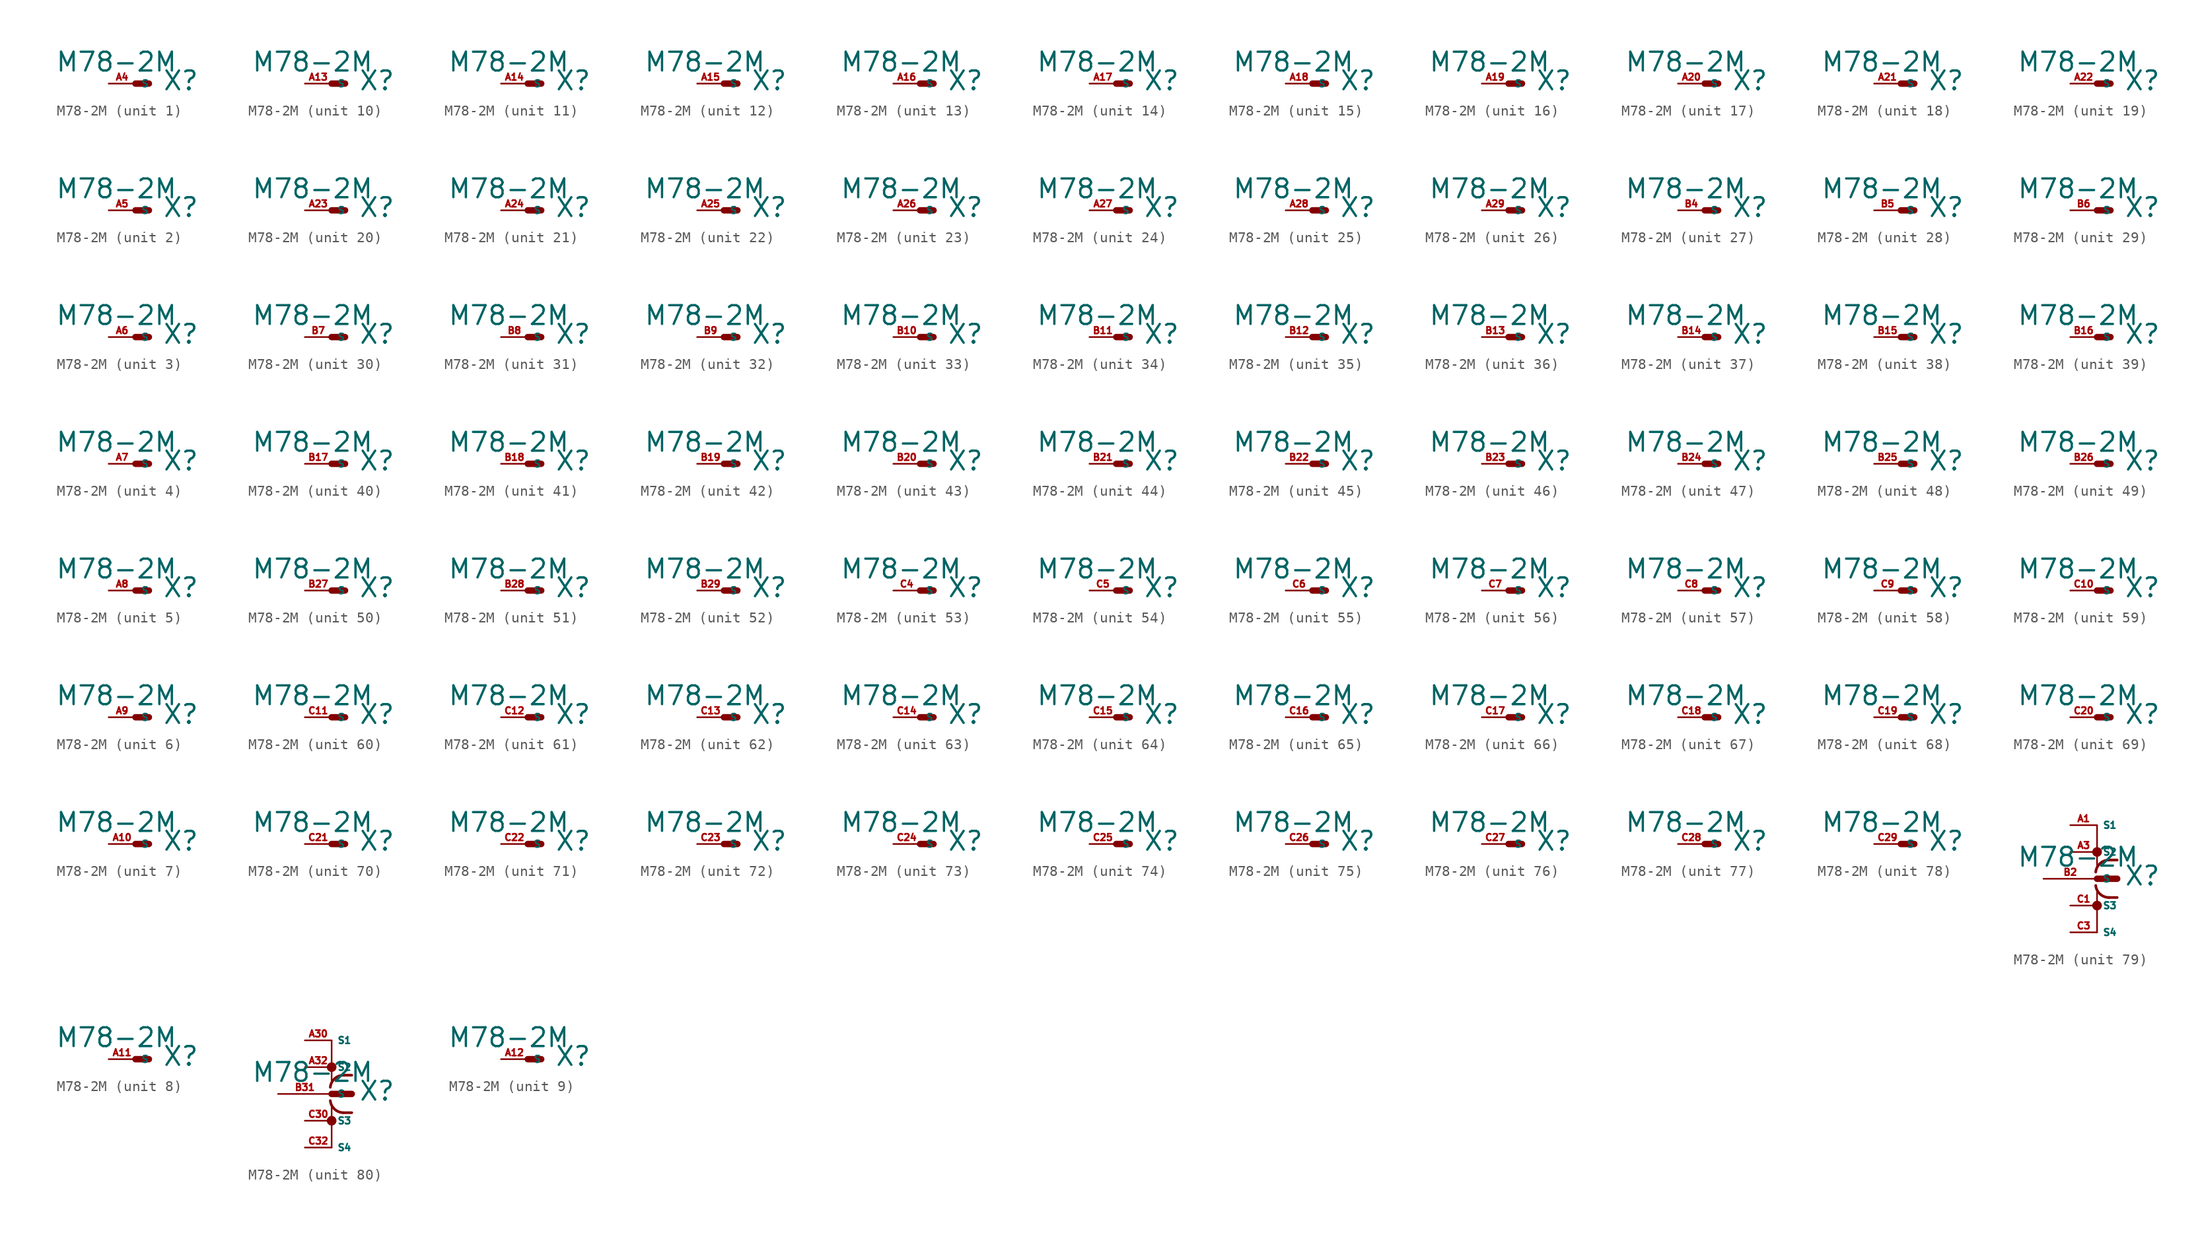
<source format=kicad_sym>
(kicad_symbol_lib
  (version 20220914)
  (generator Eagle2Kicad)
  (symbol "M78-2M"
    (property "Reference" "X"
      (at 2.54 -0.762 0)
      (effects (font (size 1.778 1.778) (thickness 0.22)) (justify left bottom)))
    (property "Value" "M78-2M"
      (at -7.62 1.016 0)
      (effects (font (size 1.778 1.778) (thickness 0.22)) (justify left bottom)))
    (symbol "M78-2M_1_0"
      (polyline (pts (xy 0 0) (xy 1.27 0)) (stroke (width 0.61) (type default)) (fill (type none)))
      (pin passive line (at -2.54 0 0) (length 2.54) (name "S" (effects (font (size 0.635 0.635) (thickness 0.08)) (justify left bottom))) (number "A4" (effects (font (size 0.635 0.635) (thickness 0.08)) (justify left bottom)))))
    (symbol "M78-2M_2_0"
      (polyline (pts (xy 0 0) (xy 1.27 0)) (stroke (width 0.61) (type default)) (fill (type none)))
      (pin passive line (at -2.54 0 0) (length 2.54) (name "S" (effects (font (size 0.635 0.635) (thickness 0.08)) (justify left bottom))) (number "A5" (effects (font (size 0.635 0.635) (thickness 0.08)) (justify left bottom)))))
    (symbol "M78-2M_3_0"
      (polyline (pts (xy 0 0) (xy 1.27 0)) (stroke (width 0.61) (type default)) (fill (type none)))
      (pin passive line (at -2.54 0 0) (length 2.54) (name "S" (effects (font (size 0.635 0.635) (thickness 0.08)) (justify left bottom))) (number "A6" (effects (font (size 0.635 0.635) (thickness 0.08)) (justify left bottom)))))
    (symbol "M78-2M_4_0"
      (polyline (pts (xy 0 0) (xy 1.27 0)) (stroke (width 0.61) (type default)) (fill (type none)))
      (pin passive line (at -2.54 0 0) (length 2.54) (name "S" (effects (font (size 0.635 0.635) (thickness 0.08)) (justify left bottom))) (number "A7" (effects (font (size 0.635 0.635) (thickness 0.08)) (justify left bottom)))))
    (symbol "M78-2M_5_0"
      (polyline (pts (xy 0 0) (xy 1.27 0)) (stroke (width 0.61) (type default)) (fill (type none)))
      (pin passive line (at -2.54 0 0) (length 2.54) (name "S" (effects (font (size 0.635 0.635) (thickness 0.08)) (justify left bottom))) (number "A8" (effects (font (size 0.635 0.635) (thickness 0.08)) (justify left bottom)))))
    (symbol "M78-2M_6_0"
      (polyline (pts (xy 0 0) (xy 1.27 0)) (stroke (width 0.61) (type default)) (fill (type none)))
      (pin passive line (at -2.54 0 0) (length 2.54) (name "S" (effects (font (size 0.635 0.635) (thickness 0.08)) (justify left bottom))) (number "A9" (effects (font (size 0.635 0.635) (thickness 0.08)) (justify left bottom)))))
    (symbol "M78-2M_7_0"
      (polyline (pts (xy 0 0) (xy 1.27 0)) (stroke (width 0.61) (type default)) (fill (type none)))
      (pin passive line (at -2.54 0 0) (length 2.54) (name "S" (effects (font (size 0.635 0.635) (thickness 0.08)) (justify left bottom))) (number "A10" (effects (font (size 0.635 0.635) (thickness 0.08)) (justify left bottom)))))
    (symbol "M78-2M_8_0"
      (polyline (pts (xy 0 0) (xy 1.27 0)) (stroke (width 0.61) (type default)) (fill (type none)))
      (pin passive line (at -2.54 0 0) (length 2.54) (name "S" (effects (font (size 0.635 0.635) (thickness 0.08)) (justify left bottom))) (number "A11" (effects (font (size 0.635 0.635) (thickness 0.08)) (justify left bottom)))))
    (symbol "M78-2M_9_0"
      (polyline (pts (xy 0 0) (xy 1.27 0)) (stroke (width 0.61) (type default)) (fill (type none)))
      (pin passive line (at -2.54 0 0) (length 2.54) (name "S" (effects (font (size 0.635 0.635) (thickness 0.08)) (justify left bottom))) (number "A12" (effects (font (size 0.635 0.635) (thickness 0.08)) (justify left bottom)))))
    (symbol "M78-2M_10_0"
      (polyline (pts (xy 0 0) (xy 1.27 0)) (stroke (width 0.61) (type default)) (fill (type none)))
      (pin passive line (at -2.54 0 0) (length 2.54) (name "S" (effects (font (size 0.635 0.635) (thickness 0.08)) (justify left bottom))) (number "A13" (effects (font (size 0.635 0.635) (thickness 0.08)) (justify left bottom)))))
    (symbol "M78-2M_11_0"
      (polyline (pts (xy 0 0) (xy 1.27 0)) (stroke (width 0.61) (type default)) (fill (type none)))
      (pin passive line (at -2.54 0 0) (length 2.54) (name "S" (effects (font (size 0.635 0.635) (thickness 0.08)) (justify left bottom))) (number "A14" (effects (font (size 0.635 0.635) (thickness 0.08)) (justify left bottom)))))
    (symbol "M78-2M_12_0"
      (polyline (pts (xy 0 0) (xy 1.27 0)) (stroke (width 0.61) (type default)) (fill (type none)))
      (pin passive line (at -2.54 0 0) (length 2.54) (name "S" (effects (font (size 0.635 0.635) (thickness 0.08)) (justify left bottom))) (number "A15" (effects (font (size 0.635 0.635) (thickness 0.08)) (justify left bottom)))))
    (symbol "M78-2M_13_0"
      (polyline (pts (xy 0 0) (xy 1.27 0)) (stroke (width 0.61) (type default)) (fill (type none)))
      (pin passive line (at -2.54 0 0) (length 2.54) (name "S" (effects (font (size 0.635 0.635) (thickness 0.08)) (justify left bottom))) (number "A16" (effects (font (size 0.635 0.635) (thickness 0.08)) (justify left bottom)))))
    (symbol "M78-2M_14_0"
      (polyline (pts (xy 0 0) (xy 1.27 0)) (stroke (width 0.61) (type default)) (fill (type none)))
      (pin passive line (at -2.54 0 0) (length 2.54) (name "S" (effects (font (size 0.635 0.635) (thickness 0.08)) (justify left bottom))) (number "A17" (effects (font (size 0.635 0.635) (thickness 0.08)) (justify left bottom)))))
    (symbol "M78-2M_15_0"
      (polyline (pts (xy 0 0) (xy 1.27 0)) (stroke (width 0.61) (type default)) (fill (type none)))
      (pin passive line (at -2.54 0 0) (length 2.54) (name "S" (effects (font (size 0.635 0.635) (thickness 0.08)) (justify left bottom))) (number "A18" (effects (font (size 0.635 0.635) (thickness 0.08)) (justify left bottom)))))
    (symbol "M78-2M_16_0"
      (polyline (pts (xy 0 0) (xy 1.27 0)) (stroke (width 0.61) (type default)) (fill (type none)))
      (pin passive line (at -2.54 0 0) (length 2.54) (name "S" (effects (font (size 0.635 0.635) (thickness 0.08)) (justify left bottom))) (number "A19" (effects (font (size 0.635 0.635) (thickness 0.08)) (justify left bottom)))))
    (symbol "M78-2M_17_0"
      (polyline (pts (xy 0 0) (xy 1.27 0)) (stroke (width 0.61) (type default)) (fill (type none)))
      (pin passive line (at -2.54 0 0) (length 2.54) (name "S" (effects (font (size 0.635 0.635) (thickness 0.08)) (justify left bottom))) (number "A20" (effects (font (size 0.635 0.635) (thickness 0.08)) (justify left bottom)))))
    (symbol "M78-2M_18_0"
      (polyline (pts (xy 0 0) (xy 1.27 0)) (stroke (width 0.61) (type default)) (fill (type none)))
      (pin passive line (at -2.54 0 0) (length 2.54) (name "S" (effects (font (size 0.635 0.635) (thickness 0.08)) (justify left bottom))) (number "A21" (effects (font (size 0.635 0.635) (thickness 0.08)) (justify left bottom)))))
    (symbol "M78-2M_19_0"
      (polyline (pts (xy 0 0) (xy 1.27 0)) (stroke (width 0.61) (type default)) (fill (type none)))
      (pin passive line (at -2.54 0 0) (length 2.54) (name "S" (effects (font (size 0.635 0.635) (thickness 0.08)) (justify left bottom))) (number "A22" (effects (font (size 0.635 0.635) (thickness 0.08)) (justify left bottom)))))
    (symbol "M78-2M_20_0"
      (polyline (pts (xy 0 0) (xy 1.27 0)) (stroke (width 0.61) (type default)) (fill (type none)))
      (pin passive line (at -2.54 0 0) (length 2.54) (name "S" (effects (font (size 0.635 0.635) (thickness 0.08)) (justify left bottom))) (number "A23" (effects (font (size 0.635 0.635) (thickness 0.08)) (justify left bottom)))))
    (symbol "M78-2M_21_0"
      (polyline (pts (xy 0 0) (xy 1.27 0)) (stroke (width 0.61) (type default)) (fill (type none)))
      (pin passive line (at -2.54 0 0) (length 2.54) (name "S" (effects (font (size 0.635 0.635) (thickness 0.08)) (justify left bottom))) (number "A24" (effects (font (size 0.635 0.635) (thickness 0.08)) (justify left bottom)))))
    (symbol "M78-2M_22_0"
      (polyline (pts (xy 0 0) (xy 1.27 0)) (stroke (width 0.61) (type default)) (fill (type none)))
      (pin passive line (at -2.54 0 0) (length 2.54) (name "S" (effects (font (size 0.635 0.635) (thickness 0.08)) (justify left bottom))) (number "A25" (effects (font (size 0.635 0.635) (thickness 0.08)) (justify left bottom)))))
    (symbol "M78-2M_23_0"
      (polyline (pts (xy 0 0) (xy 1.27 0)) (stroke (width 0.61) (type default)) (fill (type none)))
      (pin passive line (at -2.54 0 0) (length 2.54) (name "S" (effects (font (size 0.635 0.635) (thickness 0.08)) (justify left bottom))) (number "A26" (effects (font (size 0.635 0.635) (thickness 0.08)) (justify left bottom)))))
    (symbol "M78-2M_24_0"
      (polyline (pts (xy 0 0) (xy 1.27 0)) (stroke (width 0.61) (type default)) (fill (type none)))
      (pin passive line (at -2.54 0 0) (length 2.54) (name "S" (effects (font (size 0.635 0.635) (thickness 0.08)) (justify left bottom))) (number "A27" (effects (font (size 0.635 0.635) (thickness 0.08)) (justify left bottom)))))
    (symbol "M78-2M_25_0"
      (polyline (pts (xy 0 0) (xy 1.27 0)) (stroke (width 0.61) (type default)) (fill (type none)))
      (pin passive line (at -2.54 0 0) (length 2.54) (name "S" (effects (font (size 0.635 0.635) (thickness 0.08)) (justify left bottom))) (number "A28" (effects (font (size 0.635 0.635) (thickness 0.08)) (justify left bottom)))))
    (symbol "M78-2M_26_0"
      (polyline (pts (xy 0 0) (xy 1.27 0)) (stroke (width 0.61) (type default)) (fill (type none)))
      (pin passive line (at -2.54 0 0) (length 2.54) (name "S" (effects (font (size 0.635 0.635) (thickness 0.08)) (justify left bottom))) (number "A29" (effects (font (size 0.635 0.635) (thickness 0.08)) (justify left bottom)))))
    (symbol "M78-2M_27_0"
      (polyline (pts (xy 0 0) (xy 1.27 0)) (stroke (width 0.61) (type default)) (fill (type none)))
      (pin passive line (at -2.54 0 0) (length 2.54) (name "S" (effects (font (size 0.635 0.635) (thickness 0.08)) (justify left bottom))) (number "B4" (effects (font (size 0.635 0.635) (thickness 0.08)) (justify left bottom)))))
    (symbol "M78-2M_28_0"
      (polyline (pts (xy 0 0) (xy 1.27 0)) (stroke (width 0.61) (type default)) (fill (type none)))
      (pin passive line (at -2.54 0 0) (length 2.54) (name "S" (effects (font (size 0.635 0.635) (thickness 0.08)) (justify left bottom))) (number "B5" (effects (font (size 0.635 0.635) (thickness 0.08)) (justify left bottom)))))
    (symbol "M78-2M_29_0"
      (polyline (pts (xy 0 0) (xy 1.27 0)) (stroke (width 0.61) (type default)) (fill (type none)))
      (pin passive line (at -2.54 0 0) (length 2.54) (name "S" (effects (font (size 0.635 0.635) (thickness 0.08)) (justify left bottom))) (number "B6" (effects (font (size 0.635 0.635) (thickness 0.08)) (justify left bottom)))))
    (symbol "M78-2M_30_0"
      (polyline (pts (xy 0 0) (xy 1.27 0)) (stroke (width 0.61) (type default)) (fill (type none)))
      (pin passive line (at -2.54 0 0) (length 2.54) (name "S" (effects (font (size 0.635 0.635) (thickness 0.08)) (justify left bottom))) (number "B7" (effects (font (size 0.635 0.635) (thickness 0.08)) (justify left bottom)))))
    (symbol "M78-2M_31_0"
      (polyline (pts (xy 0 0) (xy 1.27 0)) (stroke (width 0.61) (type default)) (fill (type none)))
      (pin passive line (at -2.54 0 0) (length 2.54) (name "S" (effects (font (size 0.635 0.635) (thickness 0.08)) (justify left bottom))) (number "B8" (effects (font (size 0.635 0.635) (thickness 0.08)) (justify left bottom)))))
    (symbol "M78-2M_32_0"
      (polyline (pts (xy 0 0) (xy 1.27 0)) (stroke (width 0.61) (type default)) (fill (type none)))
      (pin passive line (at -2.54 0 0) (length 2.54) (name "S" (effects (font (size 0.635 0.635) (thickness 0.08)) (justify left bottom))) (number "B9" (effects (font (size 0.635 0.635) (thickness 0.08)) (justify left bottom)))))
    (symbol "M78-2M_33_0"
      (polyline (pts (xy 0 0) (xy 1.27 0)) (stroke (width 0.61) (type default)) (fill (type none)))
      (pin passive line (at -2.54 0 0) (length 2.54) (name "S" (effects (font (size 0.635 0.635) (thickness 0.08)) (justify left bottom))) (number "B10" (effects (font (size 0.635 0.635) (thickness 0.08)) (justify left bottom)))))
    (symbol "M78-2M_34_0"
      (polyline (pts (xy 0 0) (xy 1.27 0)) (stroke (width 0.61) (type default)) (fill (type none)))
      (pin passive line (at -2.54 0 0) (length 2.54) (name "S" (effects (font (size 0.635 0.635) (thickness 0.08)) (justify left bottom))) (number "B11" (effects (font (size 0.635 0.635) (thickness 0.08)) (justify left bottom)))))
    (symbol "M78-2M_35_0"
      (polyline (pts (xy 0 0) (xy 1.27 0)) (stroke (width 0.61) (type default)) (fill (type none)))
      (pin passive line (at -2.54 0 0) (length 2.54) (name "S" (effects (font (size 0.635 0.635) (thickness 0.08)) (justify left bottom))) (number "B12" (effects (font (size 0.635 0.635) (thickness 0.08)) (justify left bottom)))))
    (symbol "M78-2M_36_0"
      (polyline (pts (xy 0 0) (xy 1.27 0)) (stroke (width 0.61) (type default)) (fill (type none)))
      (pin passive line (at -2.54 0 0) (length 2.54) (name "S" (effects (font (size 0.635 0.635) (thickness 0.08)) (justify left bottom))) (number "B13" (effects (font (size 0.635 0.635) (thickness 0.08)) (justify left bottom)))))
    (symbol "M78-2M_37_0"
      (polyline (pts (xy 0 0) (xy 1.27 0)) (stroke (width 0.61) (type default)) (fill (type none)))
      (pin passive line (at -2.54 0 0) (length 2.54) (name "S" (effects (font (size 0.635 0.635) (thickness 0.08)) (justify left bottom))) (number "B14" (effects (font (size 0.635 0.635) (thickness 0.08)) (justify left bottom)))))
    (symbol "M78-2M_38_0"
      (polyline (pts (xy 0 0) (xy 1.27 0)) (stroke (width 0.61) (type default)) (fill (type none)))
      (pin passive line (at -2.54 0 0) (length 2.54) (name "S" (effects (font (size 0.635 0.635) (thickness 0.08)) (justify left bottom))) (number "B15" (effects (font (size 0.635 0.635) (thickness 0.08)) (justify left bottom)))))
    (symbol "M78-2M_39_0"
      (polyline (pts (xy 0 0) (xy 1.27 0)) (stroke (width 0.61) (type default)) (fill (type none)))
      (pin passive line (at -2.54 0 0) (length 2.54) (name "S" (effects (font (size 0.635 0.635) (thickness 0.08)) (justify left bottom))) (number "B16" (effects (font (size 0.635 0.635) (thickness 0.08)) (justify left bottom)))))
    (symbol "M78-2M_40_0"
      (polyline (pts (xy 0 0) (xy 1.27 0)) (stroke (width 0.61) (type default)) (fill (type none)))
      (pin passive line (at -2.54 0 0) (length 2.54) (name "S" (effects (font (size 0.635 0.635) (thickness 0.08)) (justify left bottom))) (number "B17" (effects (font (size 0.635 0.635) (thickness 0.08)) (justify left bottom)))))
    (symbol "M78-2M_41_0"
      (polyline (pts (xy 0 0) (xy 1.27 0)) (stroke (width 0.61) (type default)) (fill (type none)))
      (pin passive line (at -2.54 0 0) (length 2.54) (name "S" (effects (font (size 0.635 0.635) (thickness 0.08)) (justify left bottom))) (number "B18" (effects (font (size 0.635 0.635) (thickness 0.08)) (justify left bottom)))))
    (symbol "M78-2M_42_0"
      (polyline (pts (xy 0 0) (xy 1.27 0)) (stroke (width 0.61) (type default)) (fill (type none)))
      (pin passive line (at -2.54 0 0) (length 2.54) (name "S" (effects (font (size 0.635 0.635) (thickness 0.08)) (justify left bottom))) (number "B19" (effects (font (size 0.635 0.635) (thickness 0.08)) (justify left bottom)))))
    (symbol "M78-2M_43_0"
      (polyline (pts (xy 0 0) (xy 1.27 0)) (stroke (width 0.61) (type default)) (fill (type none)))
      (pin passive line (at -2.54 0 0) (length 2.54) (name "S" (effects (font (size 0.635 0.635) (thickness 0.08)) (justify left bottom))) (number "B20" (effects (font (size 0.635 0.635) (thickness 0.08)) (justify left bottom)))))
    (symbol "M78-2M_44_0"
      (polyline (pts (xy 0 0) (xy 1.27 0)) (stroke (width 0.61) (type default)) (fill (type none)))
      (pin passive line (at -2.54 0 0) (length 2.54) (name "S" (effects (font (size 0.635 0.635) (thickness 0.08)) (justify left bottom))) (number "B21" (effects (font (size 0.635 0.635) (thickness 0.08)) (justify left bottom)))))
    (symbol "M78-2M_45_0"
      (polyline (pts (xy 0 0) (xy 1.27 0)) (stroke (width 0.61) (type default)) (fill (type none)))
      (pin passive line (at -2.54 0 0) (length 2.54) (name "S" (effects (font (size 0.635 0.635) (thickness 0.08)) (justify left bottom))) (number "B22" (effects (font (size 0.635 0.635) (thickness 0.08)) (justify left bottom)))))
    (symbol "M78-2M_46_0"
      (polyline (pts (xy 0 0) (xy 1.27 0)) (stroke (width 0.61) (type default)) (fill (type none)))
      (pin passive line (at -2.54 0 0) (length 2.54) (name "S" (effects (font (size 0.635 0.635) (thickness 0.08)) (justify left bottom))) (number "B23" (effects (font (size 0.635 0.635) (thickness 0.08)) (justify left bottom)))))
    (symbol "M78-2M_47_0"
      (polyline (pts (xy 0 0) (xy 1.27 0)) (stroke (width 0.61) (type default)) (fill (type none)))
      (pin passive line (at -2.54 0 0) (length 2.54) (name "S" (effects (font (size 0.635 0.635) (thickness 0.08)) (justify left bottom))) (number "B24" (effects (font (size 0.635 0.635) (thickness 0.08)) (justify left bottom)))))
    (symbol "M78-2M_48_0"
      (polyline (pts (xy 0 0) (xy 1.27 0)) (stroke (width 0.61) (type default)) (fill (type none)))
      (pin passive line (at -2.54 0 0) (length 2.54) (name "S" (effects (font (size 0.635 0.635) (thickness 0.08)) (justify left bottom))) (number "B25" (effects (font (size 0.635 0.635) (thickness 0.08)) (justify left bottom)))))
    (symbol "M78-2M_49_0"
      (polyline (pts (xy 0 0) (xy 1.27 0)) (stroke (width 0.61) (type default)) (fill (type none)))
      (pin passive line (at -2.54 0 0) (length 2.54) (name "S" (effects (font (size 0.635 0.635) (thickness 0.08)) (justify left bottom))) (number "B26" (effects (font (size 0.635 0.635) (thickness 0.08)) (justify left bottom)))))
    (symbol "M78-2M_50_0"
      (polyline (pts (xy 0 0) (xy 1.27 0)) (stroke (width 0.61) (type default)) (fill (type none)))
      (pin passive line (at -2.54 0 0) (length 2.54) (name "S" (effects (font (size 0.635 0.635) (thickness 0.08)) (justify left bottom))) (number "B27" (effects (font (size 0.635 0.635) (thickness 0.08)) (justify left bottom)))))
    (symbol "M78-2M_51_0"
      (polyline (pts (xy 0 0) (xy 1.27 0)) (stroke (width 0.61) (type default)) (fill (type none)))
      (pin passive line (at -2.54 0 0) (length 2.54) (name "S" (effects (font (size 0.635 0.635) (thickness 0.08)) (justify left bottom))) (number "B28" (effects (font (size 0.635 0.635) (thickness 0.08)) (justify left bottom)))))
    (symbol "M78-2M_52_0"
      (polyline (pts (xy 0 0) (xy 1.27 0)) (stroke (width 0.61) (type default)) (fill (type none)))
      (pin passive line (at -2.54 0 0) (length 2.54) (name "S" (effects (font (size 0.635 0.635) (thickness 0.08)) (justify left bottom))) (number "B29" (effects (font (size 0.635 0.635) (thickness 0.08)) (justify left bottom)))))
    (symbol "M78-2M_53_0"
      (polyline (pts (xy 0 0) (xy 1.27 0)) (stroke (width 0.61) (type default)) (fill (type none)))
      (pin passive line (at -2.54 0 0) (length 2.54) (name "S" (effects (font (size 0.635 0.635) (thickness 0.08)) (justify left bottom))) (number "C4" (effects (font (size 0.635 0.635) (thickness 0.08)) (justify left bottom)))))
    (symbol "M78-2M_54_0"
      (polyline (pts (xy 0 0) (xy 1.27 0)) (stroke (width 0.61) (type default)) (fill (type none)))
      (pin passive line (at -2.54 0 0) (length 2.54) (name "S" (effects (font (size 0.635 0.635) (thickness 0.08)) (justify left bottom))) (number "C5" (effects (font (size 0.635 0.635) (thickness 0.08)) (justify left bottom)))))
    (symbol "M78-2M_55_0"
      (polyline (pts (xy 0 0) (xy 1.27 0)) (stroke (width 0.61) (type default)) (fill (type none)))
      (pin passive line (at -2.54 0 0) (length 2.54) (name "S" (effects (font (size 0.635 0.635) (thickness 0.08)) (justify left bottom))) (number "C6" (effects (font (size 0.635 0.635) (thickness 0.08)) (justify left bottom)))))
    (symbol "M78-2M_56_0"
      (polyline (pts (xy 0 0) (xy 1.27 0)) (stroke (width 0.61) (type default)) (fill (type none)))
      (pin passive line (at -2.54 0 0) (length 2.54) (name "S" (effects (font (size 0.635 0.635) (thickness 0.08)) (justify left bottom))) (number "C7" (effects (font (size 0.635 0.635) (thickness 0.08)) (justify left bottom)))))
    (symbol "M78-2M_57_0"
      (polyline (pts (xy 0 0) (xy 1.27 0)) (stroke (width 0.61) (type default)) (fill (type none)))
      (pin passive line (at -2.54 0 0) (length 2.54) (name "S" (effects (font (size 0.635 0.635) (thickness 0.08)) (justify left bottom))) (number "C8" (effects (font (size 0.635 0.635) (thickness 0.08)) (justify left bottom)))))
    (symbol "M78-2M_58_0"
      (polyline (pts (xy 0 0) (xy 1.27 0)) (stroke (width 0.61) (type default)) (fill (type none)))
      (pin passive line (at -2.54 0 0) (length 2.54) (name "S" (effects (font (size 0.635 0.635) (thickness 0.08)) (justify left bottom))) (number "C9" (effects (font (size 0.635 0.635) (thickness 0.08)) (justify left bottom)))))
    (symbol "M78-2M_59_0"
      (polyline (pts (xy 0 0) (xy 1.27 0)) (stroke (width 0.61) (type default)) (fill (type none)))
      (pin passive line (at -2.54 0 0) (length 2.54) (name "S" (effects (font (size 0.635 0.635) (thickness 0.08)) (justify left bottom))) (number "C10" (effects (font (size 0.635 0.635) (thickness 0.08)) (justify left bottom)))))
    (symbol "M78-2M_60_0"
      (polyline (pts (xy 0 0) (xy 1.27 0)) (stroke (width 0.61) (type default)) (fill (type none)))
      (pin passive line (at -2.54 0 0) (length 2.54) (name "S" (effects (font (size 0.635 0.635) (thickness 0.08)) (justify left bottom))) (number "C11" (effects (font (size 0.635 0.635) (thickness 0.08)) (justify left bottom)))))
    (symbol "M78-2M_61_0"
      (polyline (pts (xy 0 0) (xy 1.27 0)) (stroke (width 0.61) (type default)) (fill (type none)))
      (pin passive line (at -2.54 0 0) (length 2.54) (name "S" (effects (font (size 0.635 0.635) (thickness 0.08)) (justify left bottom))) (number "C12" (effects (font (size 0.635 0.635) (thickness 0.08)) (justify left bottom)))))
    (symbol "M78-2M_62_0"
      (polyline (pts (xy 0 0) (xy 1.27 0)) (stroke (width 0.61) (type default)) (fill (type none)))
      (pin passive line (at -2.54 0 0) (length 2.54) (name "S" (effects (font (size 0.635 0.635) (thickness 0.08)) (justify left bottom))) (number "C13" (effects (font (size 0.635 0.635) (thickness 0.08)) (justify left bottom)))))
    (symbol "M78-2M_63_0"
      (polyline (pts (xy 0 0) (xy 1.27 0)) (stroke (width 0.61) (type default)) (fill (type none)))
      (pin passive line (at -2.54 0 0) (length 2.54) (name "S" (effects (font (size 0.635 0.635) (thickness 0.08)) (justify left bottom))) (number "C14" (effects (font (size 0.635 0.635) (thickness 0.08)) (justify left bottom)))))
    (symbol "M78-2M_64_0"
      (polyline (pts (xy 0 0) (xy 1.27 0)) (stroke (width 0.61) (type default)) (fill (type none)))
      (pin passive line (at -2.54 0 0) (length 2.54) (name "S" (effects (font (size 0.635 0.635) (thickness 0.08)) (justify left bottom))) (number "C15" (effects (font (size 0.635 0.635) (thickness 0.08)) (justify left bottom)))))
    (symbol "M78-2M_65_0"
      (polyline (pts (xy 0 0) (xy 1.27 0)) (stroke (width 0.61) (type default)) (fill (type none)))
      (pin passive line (at -2.54 0 0) (length 2.54) (name "S" (effects (font (size 0.635 0.635) (thickness 0.08)) (justify left bottom))) (number "C16" (effects (font (size 0.635 0.635) (thickness 0.08)) (justify left bottom)))))
    (symbol "M78-2M_66_0"
      (polyline (pts (xy 0 0) (xy 1.27 0)) (stroke (width 0.61) (type default)) (fill (type none)))
      (pin passive line (at -2.54 0 0) (length 2.54) (name "S" (effects (font (size 0.635 0.635) (thickness 0.08)) (justify left bottom))) (number "C17" (effects (font (size 0.635 0.635) (thickness 0.08)) (justify left bottom)))))
    (symbol "M78-2M_67_0"
      (polyline (pts (xy 0 0) (xy 1.27 0)) (stroke (width 0.61) (type default)) (fill (type none)))
      (pin passive line (at -2.54 0 0) (length 2.54) (name "S" (effects (font (size 0.635 0.635) (thickness 0.08)) (justify left bottom))) (number "C18" (effects (font (size 0.635 0.635) (thickness 0.08)) (justify left bottom)))))
    (symbol "M78-2M_68_0"
      (polyline (pts (xy 0 0) (xy 1.27 0)) (stroke (width 0.61) (type default)) (fill (type none)))
      (pin passive line (at -2.54 0 0) (length 2.54) (name "S" (effects (font (size 0.635 0.635) (thickness 0.08)) (justify left bottom))) (number "C19" (effects (font (size 0.635 0.635) (thickness 0.08)) (justify left bottom)))))
    (symbol "M78-2M_69_0"
      (polyline (pts (xy 0 0) (xy 1.27 0)) (stroke (width 0.61) (type default)) (fill (type none)))
      (pin passive line (at -2.54 0 0) (length 2.54) (name "S" (effects (font (size 0.635 0.635) (thickness 0.08)) (justify left bottom))) (number "C20" (effects (font (size 0.635 0.635) (thickness 0.08)) (justify left bottom)))))
    (symbol "M78-2M_70_0"
      (polyline (pts (xy 0 0) (xy 1.27 0)) (stroke (width 0.61) (type default)) (fill (type none)))
      (pin passive line (at -2.54 0 0) (length 2.54) (name "S" (effects (font (size 0.635 0.635) (thickness 0.08)) (justify left bottom))) (number "C21" (effects (font (size 0.635 0.635) (thickness 0.08)) (justify left bottom)))))
    (symbol "M78-2M_71_0"
      (polyline (pts (xy 0 0) (xy 1.27 0)) (stroke (width 0.61) (type default)) (fill (type none)))
      (pin passive line (at -2.54 0 0) (length 2.54) (name "S" (effects (font (size 0.635 0.635) (thickness 0.08)) (justify left bottom))) (number "C22" (effects (font (size 0.635 0.635) (thickness 0.08)) (justify left bottom)))))
    (symbol "M78-2M_72_0"
      (polyline (pts (xy 0 0) (xy 1.27 0)) (stroke (width 0.61) (type default)) (fill (type none)))
      (pin passive line (at -2.54 0 0) (length 2.54) (name "S" (effects (font (size 0.635 0.635) (thickness 0.08)) (justify left bottom))) (number "C23" (effects (font (size 0.635 0.635) (thickness 0.08)) (justify left bottom)))))
    (symbol "M78-2M_73_0"
      (polyline (pts (xy 0 0) (xy 1.27 0)) (stroke (width 0.61) (type default)) (fill (type none)))
      (pin passive line (at -2.54 0 0) (length 2.54) (name "S" (effects (font (size 0.635 0.635) (thickness 0.08)) (justify left bottom))) (number "C24" (effects (font (size 0.635 0.635) (thickness 0.08)) (justify left bottom)))))
    (symbol "M78-2M_74_0"
      (polyline (pts (xy 0 0) (xy 1.27 0)) (stroke (width 0.61) (type default)) (fill (type none)))
      (pin passive line (at -2.54 0 0) (length 2.54) (name "S" (effects (font (size 0.635 0.635) (thickness 0.08)) (justify left bottom))) (number "C25" (effects (font (size 0.635 0.635) (thickness 0.08)) (justify left bottom)))))
    (symbol "M78-2M_75_0"
      (polyline (pts (xy 0 0) (xy 1.27 0)) (stroke (width 0.61) (type default)) (fill (type none)))
      (pin passive line (at -2.54 0 0) (length 2.54) (name "S" (effects (font (size 0.635 0.635) (thickness 0.08)) (justify left bottom))) (number "C26" (effects (font (size 0.635 0.635) (thickness 0.08)) (justify left bottom)))))
    (symbol "M78-2M_76_0"
      (polyline (pts (xy 0 0) (xy 1.27 0)) (stroke (width 0.61) (type default)) (fill (type none)))
      (pin passive line (at -2.54 0 0) (length 2.54) (name "S" (effects (font (size 0.635 0.635) (thickness 0.08)) (justify left bottom))) (number "C27" (effects (font (size 0.635 0.635) (thickness 0.08)) (justify left bottom)))))
    (symbol "M78-2M_77_0"
      (polyline (pts (xy 0 0) (xy 1.27 0)) (stroke (width 0.61) (type default)) (fill (type none)))
      (pin passive line (at -2.54 0 0) (length 2.54) (name "S" (effects (font (size 0.635 0.635) (thickness 0.08)) (justify left bottom))) (number "C28" (effects (font (size 0.635 0.635) (thickness 0.08)) (justify left bottom)))))
    (symbol "M78-2M_78_0"
      (polyline (pts (xy 0 0) (xy 1.27 0)) (stroke (width 0.61) (type default)) (fill (type none)))
      (pin passive line (at -2.54 0 0) (length 2.54) (name "S" (effects (font (size 0.635 0.635) (thickness 0.08)) (justify left bottom))) (number "C29" (effects (font (size 0.635 0.635) (thickness 0.08)) (justify left bottom)))))
    (symbol "M78-2M_79_0"
      (polyline (pts (xy 0 0) (xy 1.905 0)) (stroke (width 0.61) (type default)) (fill (type none)))
      (polyline (pts (xy 0 5.08) (xy 0 1.27)) (stroke (width 0.152) (type default)) (fill (type none)))
      (polyline (pts (xy 0 -5.08) (xy 0 -1.27)) (stroke (width 0.152) (type default)) (fill (type none)))
      (polyline (pts (xy 1.905 1.778) (xy 1.143 1.778)) (stroke (width 0.254) (type default)) (fill (type none)))
      (polyline (pts (xy 1.905 -1.778) (xy 1.143 -1.778)) (stroke (width 0.254) (type default)) (fill (type none)))
      (arc (start 1.143 1.778) (mid 0.287 1.452) (end -0.127 0.635) (stroke (width 0.254) (type default)) (fill (type none)))
      (arc (start -0.127 -0.635) (mid 0.287 -1.452) (end 1.143 -1.778) (stroke (width 0.254) (type default)) (fill (type none)))
      (circle (center 0 2.54) (radius 0.254) (stroke (width 0.406) (type default)) (fill (type none)))
      (circle (center 0 -2.54) (radius 0.254) (stroke (width 0.406) (type default)) (fill (type none)))
      (pin passive line (at -5.08 0 0) (length 5.08) (name "S" (effects (font (size 0.635 0.635) (thickness 0.08)) (justify left bottom))) (number "B2" (effects (font (size 0.635 0.635) (thickness 0.08)) (justify left bottom))))
      (pin passive line (at -2.54 5.08 0) (length 2.54) (name "S1" (effects (font (size 0.635 0.635) (thickness 0.08)) (justify left bottom))) (number "A1" (effects (font (size 0.635 0.635) (thickness 0.08)) (justify left bottom))))
      (pin passive line (at -2.54 2.54 0) (length 2.54) (name "S2" (effects (font (size 0.635 0.635) (thickness 0.08)) (justify left bottom))) (number "A3" (effects (font (size 0.635 0.635) (thickness 0.08)) (justify left bottom))))
      (pin passive line (at -2.54 -2.54 0) (length 2.54) (name "S3" (effects (font (size 0.635 0.635) (thickness 0.08)) (justify left bottom))) (number "C1" (effects (font (size 0.635 0.635) (thickness 0.08)) (justify left bottom))))
      (pin passive line (at -2.54 -5.08 0) (length 2.54) (name "S4" (effects (font (size 0.635 0.635) (thickness 0.08)) (justify left bottom))) (number "C3" (effects (font (size 0.635 0.635) (thickness 0.08)) (justify left bottom)))))
    (symbol "M78-2M_80_0"
      (polyline (pts (xy 0 0) (xy 1.905 0)) (stroke (width 0.61) (type default)) (fill (type none)))
      (polyline (pts (xy 0 5.08) (xy 0 1.27)) (stroke (width 0.152) (type default)) (fill (type none)))
      (polyline (pts (xy 0 -5.08) (xy 0 -1.27)) (stroke (width 0.152) (type default)) (fill (type none)))
      (polyline (pts (xy 1.905 1.778) (xy 1.143 1.778)) (stroke (width 0.254) (type default)) (fill (type none)))
      (polyline (pts (xy 1.905 -1.778) (xy 1.143 -1.778)) (stroke (width 0.254) (type default)) (fill (type none)))
      (arc (start 1.143 1.778) (mid 0.287 1.452) (end -0.127 0.635) (stroke (width 0.254) (type default)) (fill (type none)))
      (arc (start -0.127 -0.635) (mid 0.287 -1.452) (end 1.143 -1.778) (stroke (width 0.254) (type default)) (fill (type none)))
      (circle (center 0 2.54) (radius 0.254) (stroke (width 0.406) (type default)) (fill (type none)))
      (circle (center 0 -2.54) (radius 0.254) (stroke (width 0.406) (type default)) (fill (type none)))
      (pin passive line (at -5.08 0 0) (length 5.08) (name "S" (effects (font (size 0.635 0.635) (thickness 0.08)) (justify left bottom))) (number "B31" (effects (font (size 0.635 0.635) (thickness 0.08)) (justify left bottom))))
      (pin passive line (at -2.54 5.08 0) (length 2.54) (name "S1" (effects (font (size 0.635 0.635) (thickness 0.08)) (justify left bottom))) (number "A30" (effects (font (size 0.635 0.635) (thickness 0.08)) (justify left bottom))))
      (pin passive line (at -2.54 2.54 0) (length 2.54) (name "S2" (effects (font (size 0.635 0.635) (thickness 0.08)) (justify left bottom))) (number "A32" (effects (font (size 0.635 0.635) (thickness 0.08)) (justify left bottom))))
      (pin passive line (at -2.54 -2.54 0) (length 2.54) (name "S3" (effects (font (size 0.635 0.635) (thickness 0.08)) (justify left bottom))) (number "C30" (effects (font (size 0.635 0.635) (thickness 0.08)) (justify left bottom))))
      (pin passive line (at -2.54 -5.08 0) (length 2.54) (name "S4" (effects (font (size 0.635 0.635) (thickness 0.08)) (justify left bottom))) (number "C32" (effects (font (size 0.635 0.635) (thickness 0.08)) (justify left bottom)))))))
</source>
